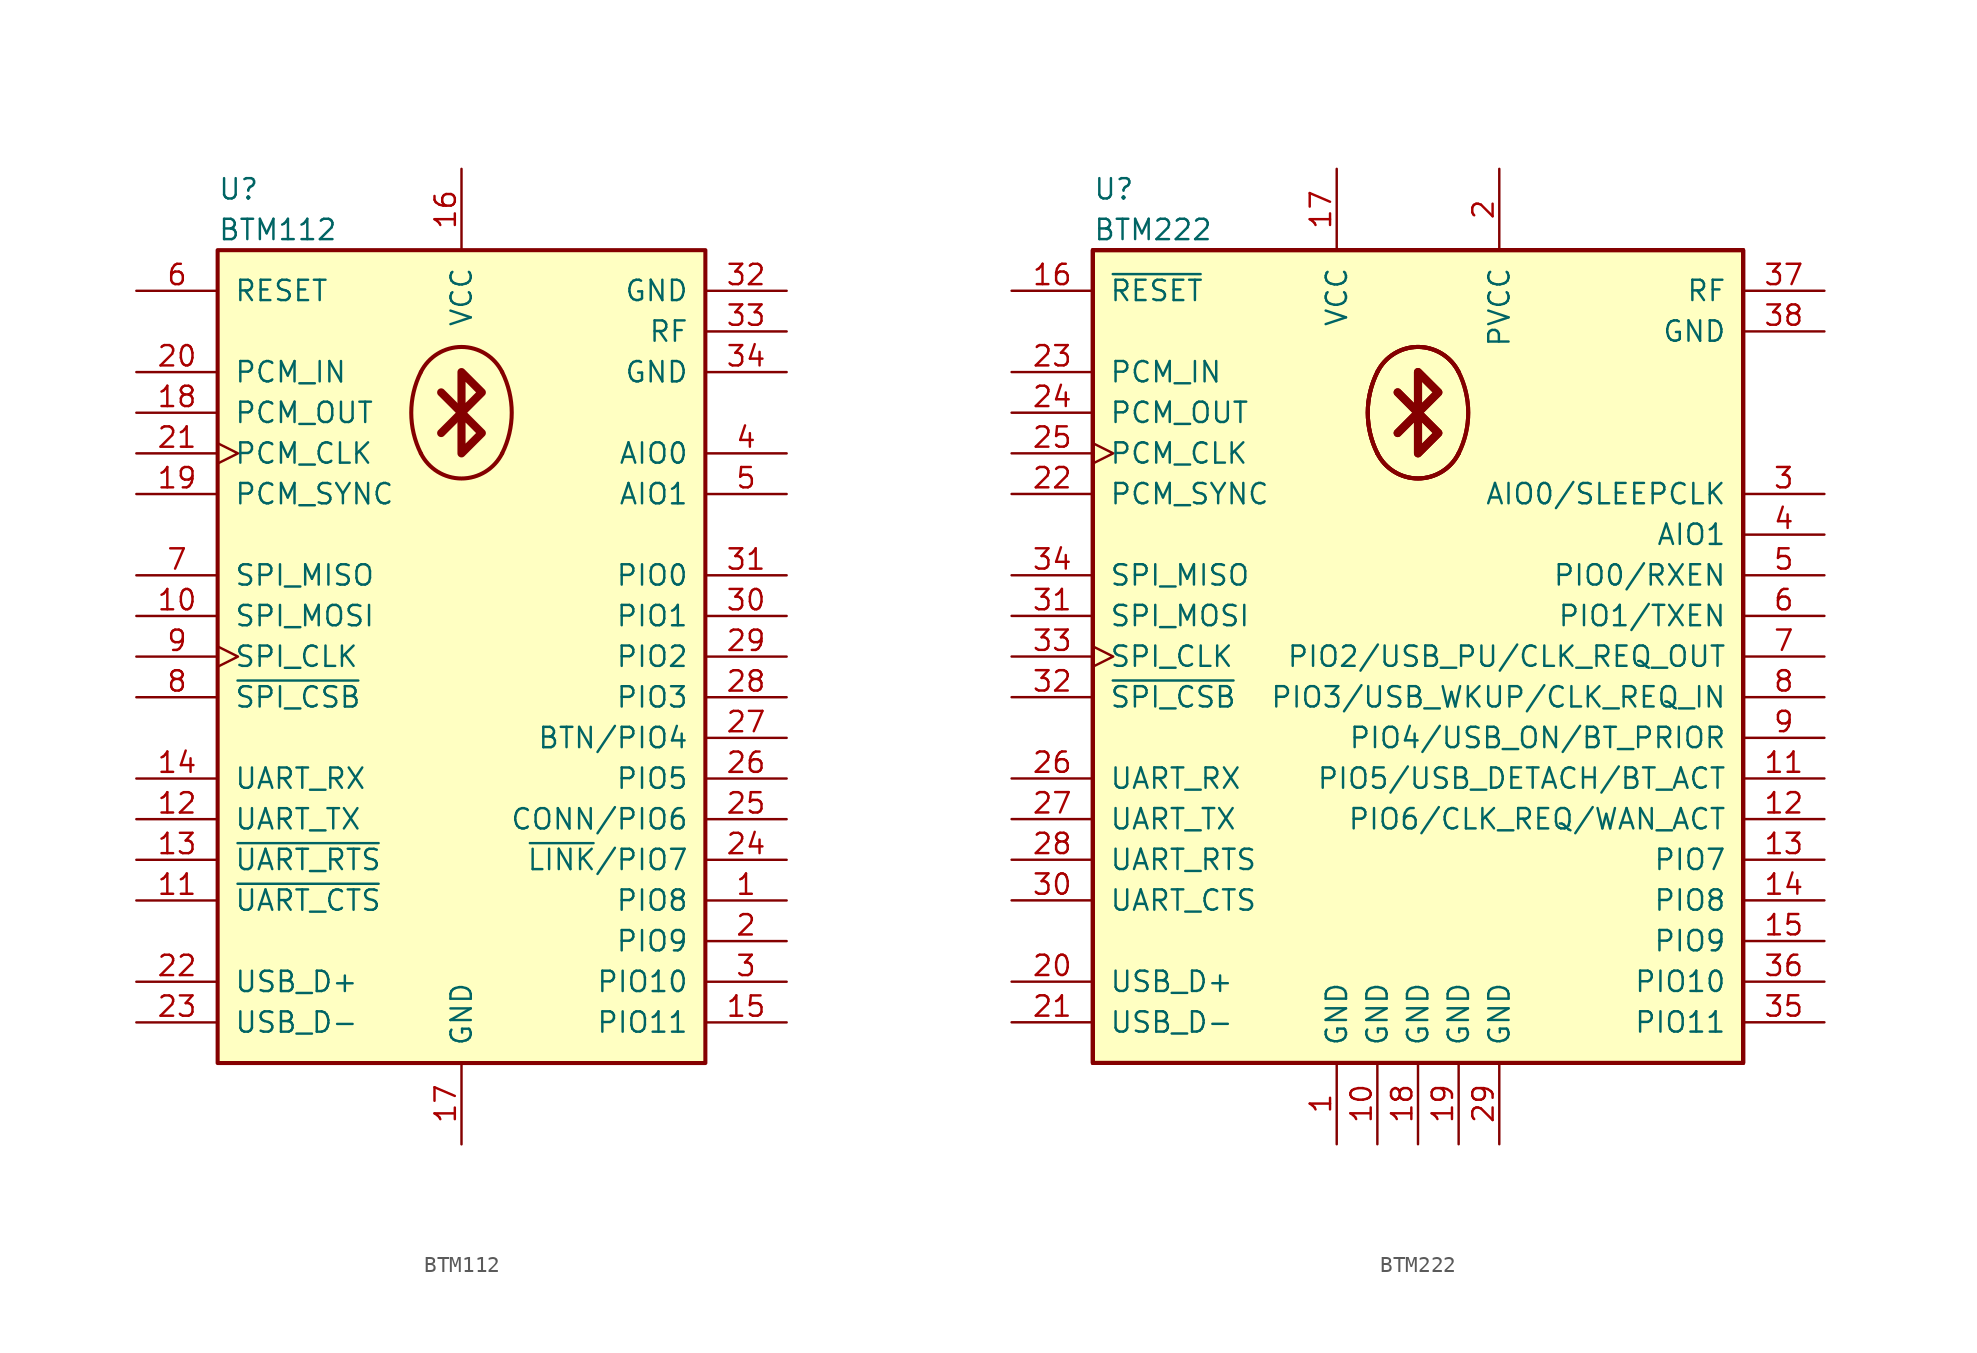
<source format=kicad_sym>
(kicad_symbol_lib
  (version 20211014)
  (generator kicad_symbol_editor)
  (symbol "BTM112"
    (pin_names
      (offset 1.016))
    (property "Reference" "U"
      (at -15.24 29.21 0)
      (effects (font (size 1.27 1.27)) (justify left)))
    (property "Value" "BTM112"
      (at -15.24 26.67 0)
      (effects (font (size 1.27 1.27)) (justify left)))
    (symbol "BTM112_0_1"
      (rectangle (start -15.24 25.4) (end 15.24 -25.4) (stroke (width 0.254) (type default) (color 0 0 0 0)) (fill (type background)))
      (arc (start -2.54 12.7) (mid 0 11.1302) (end 2.54 12.7) (stroke (width 0.254) (type default) (color 0 0 0 0)) (fill (type background)))
      (arc (start -2.54 17.78) (mid -3.1396 15.24) (end -2.54 12.7) (stroke (width 0.254) (type default) (color 0 0 0 0)) (fill (type background)))
      (polyline (pts (xy 0 15.24) (xy -1.27 13.97)) (stroke (width 0.508) (type default) (color 0 0 0 0)) (fill (type none)))
      (polyline (pts (xy 0 15.24) (xy -1.27 16.51)) (stroke (width 0.508) (type default) (color 0 0 0 0)) (fill (type none)))
      (polyline (pts (xy 0 17.78) (xy 1.27 16.51) (xy 0 15.24) (xy 1.27 13.97) (xy 0 12.7) (xy 0 17.78)) (stroke (width 0.508) (type default) (color 0 0 0 0)) (fill (type none)))
      (arc (start 2.54 12.7) (mid 3.1396 15.24) (end 2.54 17.78) (stroke (width 0.254) (type default) (color 0 0 0 0)) (fill (type background)))
      (arc (start 2.54 17.78) (mid 0 19.3498) (end -2.54 17.78) (stroke (width 0.254) (type default) (color 0 0 0 0)) (fill (type background))))
    (symbol "BTM112_1_1"
      (pin bidirectional line (at 20.32 -15.24 180) (length 5.08) (name "PIO8" (effects (font (size 1.27 1.27)))) (number "1" (effects (font (size 1.27 1.27)))))
      (pin input line (at -20.32 2.54 0) (length 5.08) (name "SPI_MOSI" (effects (font (size 1.27 1.27)))) (number "10" (effects (font (size 1.27 1.27)))))
      (pin input line (at -20.32 -15.24 0) (length 5.08) (name "~{UART_CTS}" (effects (font (size 1.27 1.27)))) (number "11" (effects (font (size 1.27 1.27)))))
      (pin output line (at -20.32 -10.16 0) (length 5.08) (name "UART_TX" (effects (font (size 1.27 1.27)))) (number "12" (effects (font (size 1.27 1.27)))))
      (pin output line (at -20.32 -12.7 0) (length 5.08) (name "~{UART_RTS}" (effects (font (size 1.27 1.27)))) (number "13" (effects (font (size 1.27 1.27)))))
      (pin input line (at -20.32 -7.62 0) (length 5.08) (name "UART_RX" (effects (font (size 1.27 1.27)))) (number "14" (effects (font (size 1.27 1.27)))))
      (pin bidirectional line (at 20.32 -22.86 180) (length 5.08) (name "PIO11" (effects (font (size 1.27 1.27)))) (number "15" (effects (font (size 1.27 1.27)))))
      (pin power_in line (at 0 30.48 270) (length 5.08) (name "VCC" (effects (font (size 1.27 1.27)))) (number "16" (effects (font (size 1.27 1.27)))))
      (pin power_in line (at 0 -30.48 90) (length 5.08) (name "GND" (effects (font (size 1.27 1.27)))) (number "17" (effects (font (size 1.27 1.27)))))
      (pin output line (at -20.32 15.24 0) (length 5.08) (name "PCM_OUT" (effects (font (size 1.27 1.27)))) (number "18" (effects (font (size 1.27 1.27)))))
      (pin bidirectional line (at -20.32 10.16 0) (length 5.08) (name "PCM_SYNC" (effects (font (size 1.27 1.27)))) (number "19" (effects (font (size 1.27 1.27)))))
      (pin bidirectional line (at 20.32 -17.78 180) (length 5.08) (name "PIO9" (effects (font (size 1.27 1.27)))) (number "2" (effects (font (size 1.27 1.27)))))
      (pin input line (at -20.32 17.78 0) (length 5.08) (name "PCM_IN" (effects (font (size 1.27 1.27)))) (number "20" (effects (font (size 1.27 1.27)))))
      (pin bidirectional clock (at -20.32 12.7 0) (length 5.08) (name "PCM_CLK" (effects (font (size 1.27 1.27)))) (number "21" (effects (font (size 1.27 1.27)))))
      (pin bidirectional line (at -20.32 -20.32 0) (length 5.08) (name "USB_D+" (effects (font (size 1.27 1.27)))) (number "22" (effects (font (size 1.27 1.27)))))
      (pin bidirectional line (at -20.32 -22.86 0) (length 5.08) (name "USB_D-" (effects (font (size 1.27 1.27)))) (number "23" (effects (font (size 1.27 1.27)))))
      (pin bidirectional line (at 20.32 -12.7 180) (length 5.08) (name "~{LINK}/PIO7" (effects (font (size 1.27 1.27)))) (number "24" (effects (font (size 1.27 1.27)))))
      (pin bidirectional line (at 20.32 -10.16 180) (length 5.08) (name "CONN/PIO6" (effects (font (size 1.27 1.27)))) (number "25" (effects (font (size 1.27 1.27)))))
      (pin bidirectional line (at 20.32 -7.62 180) (length 5.08) (name "PIO5" (effects (font (size 1.27 1.27)))) (number "26" (effects (font (size 1.27 1.27)))))
      (pin bidirectional line (at 20.32 -5.08 180) (length 5.08) (name "BTN/PIO4" (effects (font (size 1.27 1.27)))) (number "27" (effects (font (size 1.27 1.27)))))
      (pin bidirectional line (at 20.32 -2.54 180) (length 5.08) (name "PIO3" (effects (font (size 1.27 1.27)))) (number "28" (effects (font (size 1.27 1.27)))))
      (pin bidirectional line (at 20.32 0 180) (length 5.08) (name "PIO2" (effects (font (size 1.27 1.27)))) (number "29" (effects (font (size 1.27 1.27)))))
      (pin bidirectional line (at 20.32 -20.32 180) (length 5.08) (name "PIO10" (effects (font (size 1.27 1.27)))) (number "3" (effects (font (size 1.27 1.27)))))
      (pin bidirectional line (at 20.32 2.54 180) (length 5.08) (name "PIO1" (effects (font (size 1.27 1.27)))) (number "30" (effects (font (size 1.27 1.27)))))
      (pin bidirectional line (at 20.32 5.08 180) (length 5.08) (name "PIO0" (effects (font (size 1.27 1.27)))) (number "31" (effects (font (size 1.27 1.27)))))
      (pin power_in line (at 20.32 22.86 180) (length 5.08) (name "GND" (effects (font (size 1.27 1.27)))) (number "32" (effects (font (size 1.27 1.27)))))
      (pin passive line (at 20.32 20.32 180) (length 5.08) (name "RF" (effects (font (size 1.27 1.27)))) (number "33" (effects (font (size 1.27 1.27)))))
      (pin power_in line (at 20.32 17.78 180) (length 5.08) (name "GND" (effects (font (size 1.27 1.27)))) (number "34" (effects (font (size 1.27 1.27)))))
      (pin passive line (at 20.32 12.7 180) (length 5.08) (name "AIO0" (effects (font (size 1.27 1.27)))) (number "4" (effects (font (size 1.27 1.27)))))
      (pin passive line (at 20.32 10.16 180) (length 5.08) (name "AIO1" (effects (font (size 1.27 1.27)))) (number "5" (effects (font (size 1.27 1.27)))))
      (pin input line (at -20.32 22.86 0) (length 5.08) (name "RESET" (effects (font (size 1.27 1.27)))) (number "6" (effects (font (size 1.27 1.27)))))
      (pin output line (at -20.32 5.08 0) (length 5.08) (name "SPI_MISO" (effects (font (size 1.27 1.27)))) (number "7" (effects (font (size 1.27 1.27)))))
      (pin input line (at -20.32 -2.54 0) (length 5.08) (name "~{SPI_CSB}" (effects (font (size 1.27 1.27)))) (number "8" (effects (font (size 1.27 1.27)))))
      (pin input clock (at -20.32 0 0) (length 5.08) (name "SPI_CLK" (effects (font (size 1.27 1.27)))) (number "9" (effects (font (size 1.27 1.27)))))))
  (symbol "BTM222"
    (pin_names
      (offset 1.016))
    (property "Reference" "U"
      (at -20.32 29.21 0)
      (effects (font (size 1.27 1.27)) (justify left)))
    (property "Value" "BTM222"
      (at -20.32 26.67 0)
      (effects (font (size 1.27 1.27)) (justify left)))
    (symbol "BTM222_0_1"
      (rectangle (start -20.32 25.4) (end 20.32 -25.4) (stroke (width 0.254) (type default) (color 0 0 0 0)) (fill (type background)))
      (rectangle (start -20.32 25.4) (end 20.32 -25.4) (stroke (width 0.254) (type default) (color 0 0 0 0)) (fill (type background)))
      (rectangle (start -20.32 25.4) (end 20.32 -25.4) (stroke (width 0.254) (type default) (color 0 0 0 0)) (fill (type background)))
      (arc (start -2.54 12.7) (mid 0 11.1302) (end 2.54 12.7) (stroke (width 0.254) (type default) (color 0 0 0 0)) (fill (type background)))
      (arc (start -2.54 12.7) (mid 0 11.1302) (end 2.54 12.7) (stroke (width 0.254) (type default) (color 0 0 0 0)) (fill (type background)))
      (arc (start -2.54 12.7) (mid 0 11.1302) (end 2.54 12.7) (stroke (width 0.254) (type default) (color 0 0 0 0)) (fill (type background)))
      (arc (start -2.54 17.78) (mid -3.1396 15.24) (end -2.54 12.7) (stroke (width 0.254) (type default) (color 0 0 0 0)) (fill (type background)))
      (arc (start -2.54 17.78) (mid -3.1396 15.24) (end -2.54 12.7) (stroke (width 0.254) (type default) (color 0 0 0 0)) (fill (type background)))
      (arc (start -2.54 17.78) (mid -3.1396 15.24) (end -2.54 12.7) (stroke (width 0.254) (type default) (color 0 0 0 0)) (fill (type background)))
      (polyline (pts (xy 0 15.24) (xy -1.27 13.97)) (stroke (width 0.508) (type default) (color 0 0 0 0)) (fill (type none)))
      (polyline (pts (xy 0 15.24) (xy -1.27 13.97)) (stroke (width 0.508) (type default) (color 0 0 0 0)) (fill (type none)))
      (polyline (pts (xy 0 15.24) (xy -1.27 16.51)) (stroke (width 0.508) (type default) (color 0 0 0 0)) (fill (type none)))
      (polyline (pts (xy 0 15.24) (xy -1.27 16.51)) (stroke (width 0.508) (type default) (color 0 0 0 0)) (fill (type none)))
      (polyline (pts (xy 0 17.78) (xy 1.27 16.51) (xy 0 15.24) (xy 1.27 13.97) (xy 0 12.7) (xy 0 17.78)) (stroke (width 0.508) (type default) (color 0 0 0 0)) (fill (type none)))
      (polyline (pts (xy 0 17.78) (xy 1.27 16.51) (xy 0 15.24) (xy 1.27 13.97) (xy 0 12.7) (xy 0 17.78)) (stroke (width 0.508) (type default) (color 0 0 0 0)) (fill (type none)))
      (arc (start 2.54 12.7) (mid 3.1396 15.24) (end 2.54 17.78) (stroke (width 0.254) (type default) (color 0 0 0 0)) (fill (type background)))
      (arc (start 2.54 12.7) (mid 3.1396 15.24) (end 2.54 17.78) (stroke (width 0.254) (type default) (color 0 0 0 0)) (fill (type background)))
      (arc (start 2.54 17.78) (mid 0 19.3498) (end -2.54 17.78) (stroke (width 0.254) (type default) (color 0 0 0 0)) (fill (type background)))
      (arc (start 2.54 17.78) (mid 0 19.3498) (end -2.54 17.78) (stroke (width 0.254) (type default) (color 0 0 0 0)) (fill (type background)))
      (arc (start 2.54 17.78) (mid 0 19.3498) (end -2.54 17.78) (stroke (width 0.254) (type default) (color 0 0 0 0)) (fill (type background))))
    (symbol "BTM222_1_1"
      (pin power_in line (at -5.08 -30.48 90) (length 5.08) (name "GND" (effects (font (size 1.27 1.27)))) (number "1" (effects (font (size 1.27 1.27)))))
      (pin power_in line (at -2.54 -30.48 90) (length 5.08) (name "GND" (effects (font (size 1.27 1.27)))) (number "10" (effects (font (size 1.27 1.27)))))
      (pin bidirectional line (at 25.4 -7.62 180) (length 5.08) (name "PIO5/USB_DETACH/BT_ACT" (effects (font (size 1.27 1.27)))) (number "11" (effects (font (size 1.27 1.27)))))
      (pin bidirectional line (at 25.4 -10.16 180) (length 5.08) (name "PIO6/CLK_REQ/WAN_ACT" (effects (font (size 1.27 1.27)))) (number "12" (effects (font (size 1.27 1.27)))))
      (pin bidirectional line (at 25.4 -12.7 180) (length 5.08) (name "PIO7" (effects (font (size 1.27 1.27)))) (number "13" (effects (font (size 1.27 1.27)))))
      (pin bidirectional line (at 25.4 -15.24 180) (length 5.08) (name "PIO8" (effects (font (size 1.27 1.27)))) (number "14" (effects (font (size 1.27 1.27)))))
      (pin bidirectional line (at 25.4 -17.78 180) (length 5.08) (name "PIO9" (effects (font (size 1.27 1.27)))) (number "15" (effects (font (size 1.27 1.27)))))
      (pin input line (at -25.4 22.86 0) (length 5.08) (name "~{RESET}" (effects (font (size 1.27 1.27)))) (number "16" (effects (font (size 1.27 1.27)))))
      (pin power_in line (at -5.08 30.48 270) (length 5.08) (name "VCC" (effects (font (size 1.27 1.27)))) (number "17" (effects (font (size 1.27 1.27)))))
      (pin power_in line (at 0 -30.48 90) (length 5.08) (name "GND" (effects (font (size 1.27 1.27)))) (number "18" (effects (font (size 1.27 1.27)))))
      (pin power_in line (at 2.54 -30.48 90) (length 5.08) (name "GND" (effects (font (size 1.27 1.27)))) (number "19" (effects (font (size 1.27 1.27)))))
      (pin power_in line (at 5.08 30.48 270) (length 5.08) (name "PVCC" (effects (font (size 1.27 1.27)))) (number "2" (effects (font (size 1.27 1.27)))))
      (pin bidirectional line (at -25.4 -20.32 0) (length 5.08) (name "USB_D+" (effects (font (size 1.27 1.27)))) (number "20" (effects (font (size 1.27 1.27)))))
      (pin bidirectional line (at -25.4 -22.86 0) (length 5.08) (name "USB_D-" (effects (font (size 1.27 1.27)))) (number "21" (effects (font (size 1.27 1.27)))))
      (pin bidirectional line (at -25.4 10.16 0) (length 5.08) (name "PCM_SYNC" (effects (font (size 1.27 1.27)))) (number "22" (effects (font (size 1.27 1.27)))))
      (pin input line (at -25.4 17.78 0) (length 5.08) (name "PCM_IN" (effects (font (size 1.27 1.27)))) (number "23" (effects (font (size 1.27 1.27)))))
      (pin output line (at -25.4 15.24 0) (length 5.08) (name "PCM_OUT" (effects (font (size 1.27 1.27)))) (number "24" (effects (font (size 1.27 1.27)))))
      (pin bidirectional clock (at -25.4 12.7 0) (length 5.08) (name "PCM_CLK" (effects (font (size 1.27 1.27)))) (number "25" (effects (font (size 1.27 1.27)))))
      (pin input line (at -25.4 -7.62 0) (length 5.08) (name "UART_RX" (effects (font (size 1.27 1.27)))) (number "26" (effects (font (size 1.27 1.27)))))
      (pin output line (at -25.4 -10.16 0) (length 5.08) (name "UART_TX" (effects (font (size 1.27 1.27)))) (number "27" (effects (font (size 1.27 1.27)))))
      (pin output line (at -25.4 -12.7 0) (length 5.08) (name "UART_RTS" (effects (font (size 1.27 1.27)))) (number "28" (effects (font (size 1.27 1.27)))))
      (pin power_in line (at 5.08 -30.48 90) (length 5.08) (name "GND" (effects (font (size 1.27 1.27)))) (number "29" (effects (font (size 1.27 1.27)))))
      (pin bidirectional line (at 25.4 10.16 180) (length 5.08) (name "AIO0/SLEEPCLK" (effects (font (size 1.27 1.27)))) (number "3" (effects (font (size 1.27 1.27)))))
      (pin input line (at -25.4 -15.24 0) (length 5.08) (name "UART_CTS" (effects (font (size 1.27 1.27)))) (number "30" (effects (font (size 1.27 1.27)))))
      (pin input line (at -25.4 2.54 0) (length 5.08) (name "SPI_MOSI" (effects (font (size 1.27 1.27)))) (number "31" (effects (font (size 1.27 1.27)))))
      (pin input line (at -25.4 -2.54 0) (length 5.08) (name "~{SPI_CSB}" (effects (font (size 1.27 1.27)))) (number "32" (effects (font (size 1.27 1.27)))))
      (pin input clock (at -25.4 0 0) (length 5.08) (name "SPI_CLK" (effects (font (size 1.27 1.27)))) (number "33" (effects (font (size 1.27 1.27)))))
      (pin output line (at -25.4 5.08 0) (length 5.08) (name "SPI_MISO" (effects (font (size 1.27 1.27)))) (number "34" (effects (font (size 1.27 1.27)))))
      (pin bidirectional line (at 25.4 -22.86 180) (length 5.08) (name "PIO11" (effects (font (size 1.27 1.27)))) (number "35" (effects (font (size 1.27 1.27)))))
      (pin bidirectional line (at 25.4 -20.32 180) (length 5.08) (name "PIO10" (effects (font (size 1.27 1.27)))) (number "36" (effects (font (size 1.27 1.27)))))
      (pin passive line (at 25.4 22.86 180) (length 5.08) (name "RF" (effects (font (size 1.27 1.27)))) (number "37" (effects (font (size 1.27 1.27)))))
      (pin power_in line (at 25.4 20.32 180) (length 5.08) (name "GND" (effects (font (size 1.27 1.27)))) (number "38" (effects (font (size 1.27 1.27)))))
      (pin bidirectional line (at 25.4 7.62 180) (length 5.08) (name "AIO1" (effects (font (size 1.27 1.27)))) (number "4" (effects (font (size 1.27 1.27)))))
      (pin bidirectional line (at 25.4 5.08 180) (length 5.08) (name "PIO0/RXEN" (effects (font (size 1.27 1.27)))) (number "5" (effects (font (size 1.27 1.27)))))
      (pin bidirectional line (at 25.4 2.54 180) (length 5.08) (name "PIO1/TXEN" (effects (font (size 1.27 1.27)))) (number "6" (effects (font (size 1.27 1.27)))))
      (pin bidirectional line (at 25.4 0 180) (length 5.08) (name "PIO2/USB_PU/CLK_REQ_OUT" (effects (font (size 1.27 1.27)))) (number "7" (effects (font (size 1.27 1.27)))))
      (pin bidirectional line (at 25.4 -2.54 180) (length 5.08) (name "PIO3/USB_WKUP/CLK_REQ_IN" (effects (font (size 1.27 1.27)))) (number "8" (effects (font (size 1.27 1.27)))))
      (pin bidirectional line (at 25.4 -5.08 180) (length 5.08) (name "PIO4/USB_ON/BT_PRIOR" (effects (font (size 1.27 1.27)))) (number "9" (effects (font (size 1.27 1.27))))))))
</source>
